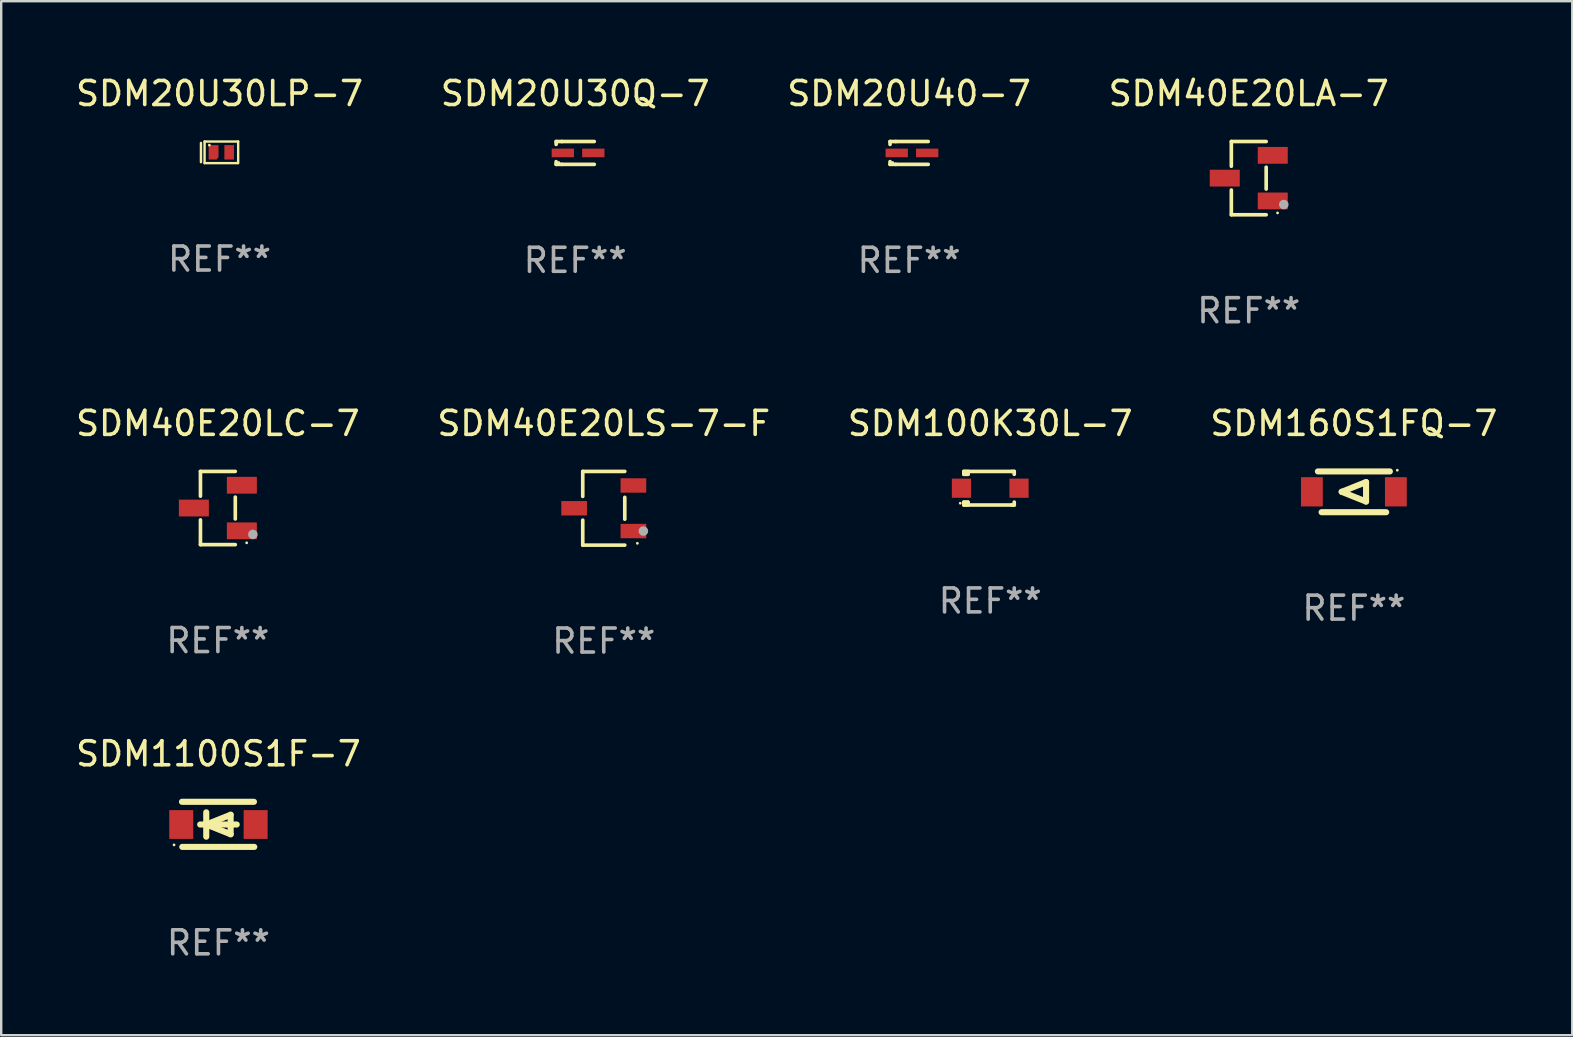
<source format=kicad_pcb>
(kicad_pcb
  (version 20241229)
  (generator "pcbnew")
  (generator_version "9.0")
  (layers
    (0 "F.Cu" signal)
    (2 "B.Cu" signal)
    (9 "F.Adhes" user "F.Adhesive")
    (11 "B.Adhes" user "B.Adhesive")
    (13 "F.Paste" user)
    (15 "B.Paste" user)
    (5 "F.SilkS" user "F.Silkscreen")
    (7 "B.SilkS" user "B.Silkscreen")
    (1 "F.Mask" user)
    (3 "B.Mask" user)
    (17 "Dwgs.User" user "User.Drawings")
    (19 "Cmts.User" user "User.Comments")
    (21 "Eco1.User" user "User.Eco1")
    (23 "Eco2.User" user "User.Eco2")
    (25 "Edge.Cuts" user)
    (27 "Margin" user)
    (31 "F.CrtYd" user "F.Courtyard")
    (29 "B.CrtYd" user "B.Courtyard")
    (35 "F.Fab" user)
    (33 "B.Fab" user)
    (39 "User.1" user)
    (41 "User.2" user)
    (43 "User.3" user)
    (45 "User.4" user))
  (footprint "SDM20U30Q-7"
    (layer "F.Cu")
    (at 20.923 3.324)
    (property "Reference" "SDM20U30Q-7" (at 0 -2.476 0) (layer "F.SilkS") (effects (font (size 1 1) (thickness 0.15))))
    (attr through_hole)
    (fp_line (start -0.795 -0.476) (end -0.795 -0.356) (stroke (width 0.152) (type solid)) (layer "F.SilkS"))
    (fp_line (start -0.795 0.363) (end -0.795 0.476) (stroke (width 0.152) (type solid)) (layer "F.SilkS"))
    (fp_line (start -0.795 0.476) (end -0.557 0.476) (stroke (width 0.152) (type solid)) (layer "F.SilkS"))
    (fp_line (start -0.557 -0.476) (end -0.795 -0.476) (stroke (width 0.152) (type solid)) (layer "F.SilkS"))
    (fp_line (start -0.557 -0.476) (end 0.795 -0.476) (stroke (width 0.152) (type solid)) (layer "F.SilkS"))
    (fp_line (start -0.557 0.476) (end 0.795 0.476) (stroke (width 0.152) (type solid)) (layer "F.SilkS"))
    (fp_circle (center -0.681 0.4) (end -0.651 0.4) (stroke (width 0.06) (type solid)) (fill no) (layer "F.SilkS"))
    (fp_text user "REF**" (at 0 4.476 0) (layer "F.Fab") (effects (font (size 1 1) (thickness 0.15))))
    (pad "1" smd rect (at -0.516 0 180) (size 0.93 0.36) (layers "F.Cu" "F.Mask" "F.Paste"))
    (pad "2" smd rect (at 0.754 0 180) (size 0.93 0.36) (layers "F.Cu" "F.Mask" "F.Paste")))
  (footprint "SDM100K30L-7"
    (layer "F.Cu")
    (at 38.22 17.297)
    (property "Reference" "SDM100K30L-7" (at 0 -2.7 0) (layer "F.SilkS") (effects (font (size 1 1) (thickness 0.15))))
    (attr through_hole)
    (fp_line (start -1.1 -0.7) (end -1.1 -0.58) (stroke (width 0.152) (type solid)) (layer "F.SilkS"))
    (fp_line (start -1.1 0.58) (end -1.1 0.7) (stroke (width 0.152) (type solid)) (layer "F.SilkS"))
    (fp_line (start -1.1 0.58) (end -0.927 0.58) (stroke (width 0.152) (type solid)) (layer "F.SilkS"))
    (fp_line (start -1.1 0.7) (end 0.9 0.7) (stroke (width 0.152) (type solid)) (layer "F.SilkS"))
    (fp_line (start -1.014 -0.58) (end -1.014 -0.7) (stroke (width 0.152) (type solid)) (layer "F.SilkS"))
    (fp_line (start -1.014 0.7) (end -1.014 0.58) (stroke (width 0.152) (type solid)) (layer "F.SilkS"))
    (fp_line (start -0.927 -0.7) (end -0.927 -0.58) (stroke (width 0.152) (type solid)) (layer "F.SilkS"))
    (fp_line (start -0.927 -0.58) (end -1.1 -0.58) (stroke (width 0.152) (type solid)) (layer "F.SilkS"))
    (fp_line (start -0.927 0.58) (end -0.927 0.7) (stroke (width 0.152) (type solid)) (layer "F.SilkS"))
    (fp_line (start 0.9 -0.7) (end -1.1 -0.7) (stroke (width 0.152) (type solid)) (layer "F.SilkS"))
    (fp_line (start 0.9 0.7) (end 1 0.7) (stroke (width 0.152) (type solid)) (layer "F.SilkS"))
    (fp_line (start 1 -0.7) (end 0.9 -0.7) (stroke (width 0.152) (type solid)) (layer "F.SilkS"))
    (fp_line (start 1 -0.58) (end 1 -0.7) (stroke (width 0.152) (type solid)) (layer "F.SilkS"))
    (fp_line (start 1 0.7) (end 1 0.58) (stroke (width 0.152) (type solid)) (layer "F.SilkS"))
    (fp_circle (center -1.25 0.625) (end -1.22 0.625) (stroke (width 0.06) (type solid)) (fill no) (layer "F.SilkS"))
    (fp_text user "REF**" (at 0 4.7 0) (layer "F.Fab") (effects (font (size 1 1) (thickness 0.15))))
    (pad "1" smd rect (at -1.2 0) (size 0.8 0.8) (layers "F.Cu" "F.Mask" "F.Paste"))
    (pad "2" smd rect (at 1.2 0) (size 0.8 0.8) (layers "F.Cu" "F.Mask" "F.Paste")))
  (footprint "SDM20U30LP-7"
    (layer "F.Cu")
    (at 6.101 3.298)
    (property "Reference" "SDM20U30LP-7" (at 0 -2.45 0) (layer "F.SilkS") (effects (font (size 1 1) (thickness 0.15))))
    (attr through_hole)
    (fp_line (start -0.775 -0.39) (end -0.775 0.41) (stroke (width 0.102) (type solid)) (layer "F.SilkS"))
    (fp_line (start -0.625 -0.45) (end -0.625 0.45) (stroke (width 0.1) (type solid)) (layer "F.SilkS"))
    (fp_line (start -0.625 -0.45) (end 0.775 -0.45) (stroke (width 0.1) (type solid)) (layer "F.SilkS"))
    (fp_line (start -0.625 0.45) (end 0.765 0.45) (stroke (width 0.1) (type solid)) (layer "F.SilkS"))
    (fp_line (start 0.775 -0.45) (end 0.775 0.45) (stroke (width 0.1) (type solid)) (layer "F.SilkS"))
    (fp_circle (center -0.425 -0.3) (end -0.395 -0.3) (stroke (width 0.06) (type solid)) (fill no) (layer "F.SilkS"))
    (fp_text user "REF**" (at 0 4.45 0) (layer "F.Fab") (effects (font (size 1 1) (thickness 0.15))))
    (pad "1" smd custom (at -0.25 0) (size 0.41 0.6) (layers "F.Cu" "F.Mask" "F.Paste") (options (anchor circle)) (primitives (gr_poly (pts (xy -0.205 -0.3) (xy -0.205 0.3) (xy 0.125 0.3) (xy 0.205 0.2) (xy 0.205 -0.3) (xy -0.205 -0.3)) (width 0) (fill yes))))
    (pad "2" smd rect (at 0.4 0 90) (size 0.6 0.4) (layers "F.Cu" "F.Mask" "F.Paste")))
  (footprint "SDM160S1FQ-7"
    (layer "F.Cu")
    (at 53.375 17.447)
    (property "Reference" "SDM160S1FQ-7" (at 0 -2.85 0) (layer "F.SilkS") (effects (font (size 1 1) (thickness 0.15))))
    (attr through_hole)
    (fp_line (start -1.5 -0.85) (end 1.5 -0.85) (stroke (width 0.254) (type solid)) (layer "F.SilkS"))
    (fp_line (start -0.508 0) (end 0.508 -0.406) (stroke (width 0.254) (type solid)) (layer "F.SilkS"))
    (fp_line (start 0.508 -0.406) (end 0.508 0.406) (stroke (width 0.254) (type solid)) (layer "F.SilkS"))
    (fp_line (start 0.508 0.406) (end -0.508 0) (stroke (width 0.254) (type solid)) (layer "F.SilkS"))
    (fp_line (start 1.346 0.85) (end -1.346 0.85) (stroke (width 0.254) (type solid)) (layer "F.SilkS"))
    (fp_circle (center 1.81 -0.9) (end 1.84 -0.9) (stroke (width 0.06) (type solid)) (fill no) (layer "F.SilkS"))
    (fp_text user "REF**" (at 0 4.85 0) (layer "F.Fab") (effects (font (size 1 1) (thickness 0.15))))
    (pad "1" smd rect (at 1.75 0) (size 0.909 1.219) (layers "F.Cu" "F.Mask" "F.Paste"))
    (pad "2" smd rect (at -1.75 0) (size 0.909 1.219) (layers "F.Cu" "F.Mask" "F.Paste")))
  (footprint "SDM40E20LS-7-F"
    (layer "F.Cu")
    (at 22.113 18.133)
    (property "Reference" "SDM40E20LS-7-F" (at 0 -3.536 0) (layer "F.SilkS") (effects (font (size 1 1) (thickness 0.15))))
    (attr through_hole)
    (fp_line (start -0.876 -1.536) (end -0.876 -0.495) (stroke (width 0.152) (type solid)) (layer "F.SilkS"))
    (fp_line (start -0.876 1.536) (end -0.876 0.495) (stroke (width 0.152) (type solid)) (layer "F.SilkS"))
    (fp_line (start 0.876 -1.536) (end -0.876 -1.536) (stroke (width 0.152) (type solid)) (layer "F.SilkS"))
    (fp_line (start 0.876 -0.455) (end 0.876 0.455) (stroke (width 0.152) (type solid)) (layer "F.SilkS"))
    (fp_line (start 0.876 1.536) (end -0.876 1.536) (stroke (width 0.152) (type solid)) (layer "F.SilkS"))
    (fp_circle (center 1.4 1.46) (end 1.43 1.46) (stroke (width 0.06) (type solid)) (fill no) (layer "F.SilkS"))
    (fp_circle (center 1.651 0.95) (end 1.751 0.95) (stroke (width 0.2) (type solid)) (fill no) (layer "F.Fab"))
    (fp_text user "REF**" (at 0 5.536 0) (layer "F.Fab") (effects (font (size 1 1) (thickness 0.15))))
    (pad "1" smd rect (at 1.235 0.95) (size 1.07 0.6) (layers "F.Cu" "F.Mask" "F.Paste"))
    (pad "2" smd rect (at 1.235 -0.95) (size 1.07 0.6) (layers "F.Cu" "F.Mask" "F.Paste"))
    (pad "3" smd rect (at -1.235 0) (size 1.07 0.6) (layers "F.Cu" "F.Mask" "F.Paste")))
  (footprint "SDM20U40-7"
    (layer "F.Cu")
    (at 34.839 3.324)
    (property "Reference" "SDM20U40-7" (at 0 -2.476 0) (layer "F.SilkS") (effects (font (size 1 1) (thickness 0.15))))
    (attr through_hole)
    (fp_line (start -0.795 -0.476) (end -0.795 -0.356) (stroke (width 0.152) (type solid)) (layer "F.SilkS"))
    (fp_line (start -0.795 0.363) (end -0.795 0.476) (stroke (width 0.152) (type solid)) (layer "F.SilkS"))
    (fp_line (start -0.795 0.476) (end -0.557 0.476) (stroke (width 0.152) (type solid)) (layer "F.SilkS"))
    (fp_line (start -0.557 -0.476) (end -0.795 -0.476) (stroke (width 0.152) (type solid)) (layer "F.SilkS"))
    (fp_line (start -0.557 -0.476) (end 0.795 -0.476) (stroke (width 0.152) (type solid)) (layer "F.SilkS"))
    (fp_line (start -0.557 0.476) (end 0.795 0.476) (stroke (width 0.152) (type solid)) (layer "F.SilkS"))
    (fp_circle (center -0.681 0.4) (end -0.651 0.4) (stroke (width 0.06) (type solid)) (fill no) (layer "F.SilkS"))
    (fp_text user "REF**" (at 0 4.476 0) (layer "F.Fab") (effects (font (size 1 1) (thickness 0.15))))
    (pad "1" smd rect (at -0.516 0 180) (size 0.93 0.36) (layers "F.Cu" "F.Mask" "F.Paste"))
    (pad "2" smd rect (at 0.754 0 180) (size 0.93 0.36) (layers "F.Cu" "F.Mask" "F.Paste")))
  (footprint "SDM1100S1F-7"
    (layer "F.Cu")
    (at 6.054 31.306)
    (property "Reference" "SDM1100S1F-7" (at 0 -2.94 0) (layer "F.SilkS") (effects (font (size 1 1) (thickness 0.15))))
    (attr through_hole)
    (fp_line (start -1.52 -0.94) (end 1.48 -0.94) (stroke (width 0.254) (type solid)) (layer "F.SilkS"))
    (fp_line (start -1.507 0.94) (end 1.493 0.94) (stroke (width 0.254) (type solid)) (layer "F.SilkS"))
    (fp_line (start -0.762 0.007) (end 0.762 0.007) (stroke (width 0.254) (type solid)) (layer "F.SilkS"))
    (fp_line (start -0.508 -0.501) (end -0.508 0.515) (stroke (width 0.254) (type solid)) (layer "F.SilkS"))
    (fp_line (start -0.508 0.007) (end 0.508 -0.4) (stroke (width 0.254) (type solid)) (layer "F.SilkS"))
    (fp_line (start 0.508 -0.4) (end 0.508 0.413) (stroke (width 0.254) (type solid)) (layer "F.SilkS"))
    (fp_line (start 0.508 0.413) (end -0.508 0.007) (stroke (width 0.254) (type solid)) (layer "F.SilkS"))
    (fp_circle (center -1.85 0.857) (end -1.82 0.857) (stroke (width 0.06) (type solid)) (fill no) (layer "F.SilkS"))
    (fp_text user "REF**" (at 0 4.94 0) (layer "F.Fab") (effects (font (size 1 1) (thickness 0.15))))
    (pad "1" smd rect (at -1.55 0.007) (size 1 1.2) (layers "F.Cu" "F.Mask" "F.Paste"))
    (pad "2" smd rect (at 1.55 0.007) (size 1 1.2) (layers "F.Cu" "F.Mask" "F.Paste")))
  (footprint "SDM40E20LC-7"
    (layer "F.Cu")
    (at 6.03 18.123)
    (property "Reference" "SDM40E20LC-7" (at 0 -3.526 0) (layer "F.SilkS") (effects (font (size 1 1) (thickness 0.15))))
    (attr through_hole)
    (fp_line (start -0.726 -1.526) (end -0.726 -0.495) (stroke (width 0.152) (type solid)) (layer "F.SilkS"))
    (fp_line (start -0.726 1.526) (end -0.726 0.495) (stroke (width 0.152) (type solid)) (layer "F.SilkS"))
    (fp_line (start 0.726 -1.526) (end -0.726 -1.526) (stroke (width 0.152) (type solid)) (layer "F.SilkS"))
    (fp_line (start 0.726 -0.455) (end 0.726 0.455) (stroke (width 0.152) (type solid)) (layer "F.SilkS"))
    (fp_line (start 0.726 1.526) (end -0.726 1.526) (stroke (width 0.152) (type solid)) (layer "F.SilkS"))
    (fp_circle (center 1.2 1.45) (end 1.23 1.45) (stroke (width 0.06) (type solid)) (fill no) (layer "F.SilkS"))
    (fp_circle (center 1.46 1.1) (end 1.56 1.1) (stroke (width 0.2) (type solid)) (fill no) (layer "F.Fab"))
    (fp_text user "REF**" (at 0 5.526 0) (layer "F.Fab") (effects (font (size 1 1) (thickness 0.15))))
    (pad "1" smd rect (at 1 0.95) (size 1.25 0.7) (layers "F.Cu" "F.Mask" "F.Paste"))
    (pad "2" smd rect (at 1 -0.95) (size 1.25 0.7) (layers "F.Cu" "F.Mask" "F.Paste"))
    (pad "3" smd rect (at -1 0) (size 1.25 0.7) (layers "F.Cu" "F.Mask" "F.Paste")))
  (footprint "SDM40E20LA-7"
    (layer "F.Cu")
    (at 48.994 4.374)
    (property "Reference" "SDM40E20LA-7" (at 0 -3.526 0) (layer "F.SilkS") (effects (font (size 1 1) (thickness 0.15))))
    (attr through_hole)
    (fp_line (start -0.726 -1.526) (end -0.726 -0.495) (stroke (width 0.152) (type solid)) (layer "F.SilkS"))
    (fp_line (start -0.726 1.526) (end -0.726 0.495) (stroke (width 0.152) (type solid)) (layer "F.SilkS"))
    (fp_line (start 0.726 -1.526) (end -0.726 -1.526) (stroke (width 0.152) (type solid)) (layer "F.SilkS"))
    (fp_line (start 0.726 -0.455) (end 0.726 0.455) (stroke (width 0.152) (type solid)) (layer "F.SilkS"))
    (fp_line (start 0.726 1.526) (end -0.726 1.526) (stroke (width 0.152) (type solid)) (layer "F.SilkS"))
    (fp_circle (center 1.2 1.45) (end 1.23 1.45) (stroke (width 0.06) (type solid)) (fill no) (layer "F.SilkS"))
    (fp_circle (center 1.46 1.1) (end 1.56 1.1) (stroke (width 0.2) (type solid)) (fill no) (layer "F.Fab"))
    (fp_text user "REF**" (at 0 5.526 0) (layer "F.Fab") (effects (font (size 1 1) (thickness 0.15))))
    (pad "1" smd rect (at 1 0.95) (size 1.25 0.7) (layers "F.Cu" "F.Mask" "F.Paste"))
    (pad "2" smd rect (at 1 -0.95) (size 1.25 0.7) (layers "F.Cu" "F.Mask" "F.Paste"))
    (pad "3" smd rect (at -1 0) (size 1.25 0.7) (layers "F.Cu" "F.Mask" "F.Paste")))
  (gr_rect
    (start -3 -3)
    (end 62.476 40.094)
    (stroke (width 0.1) (type default))
    (fill no)
    (layer "Edge.Cuts")))
</source>
